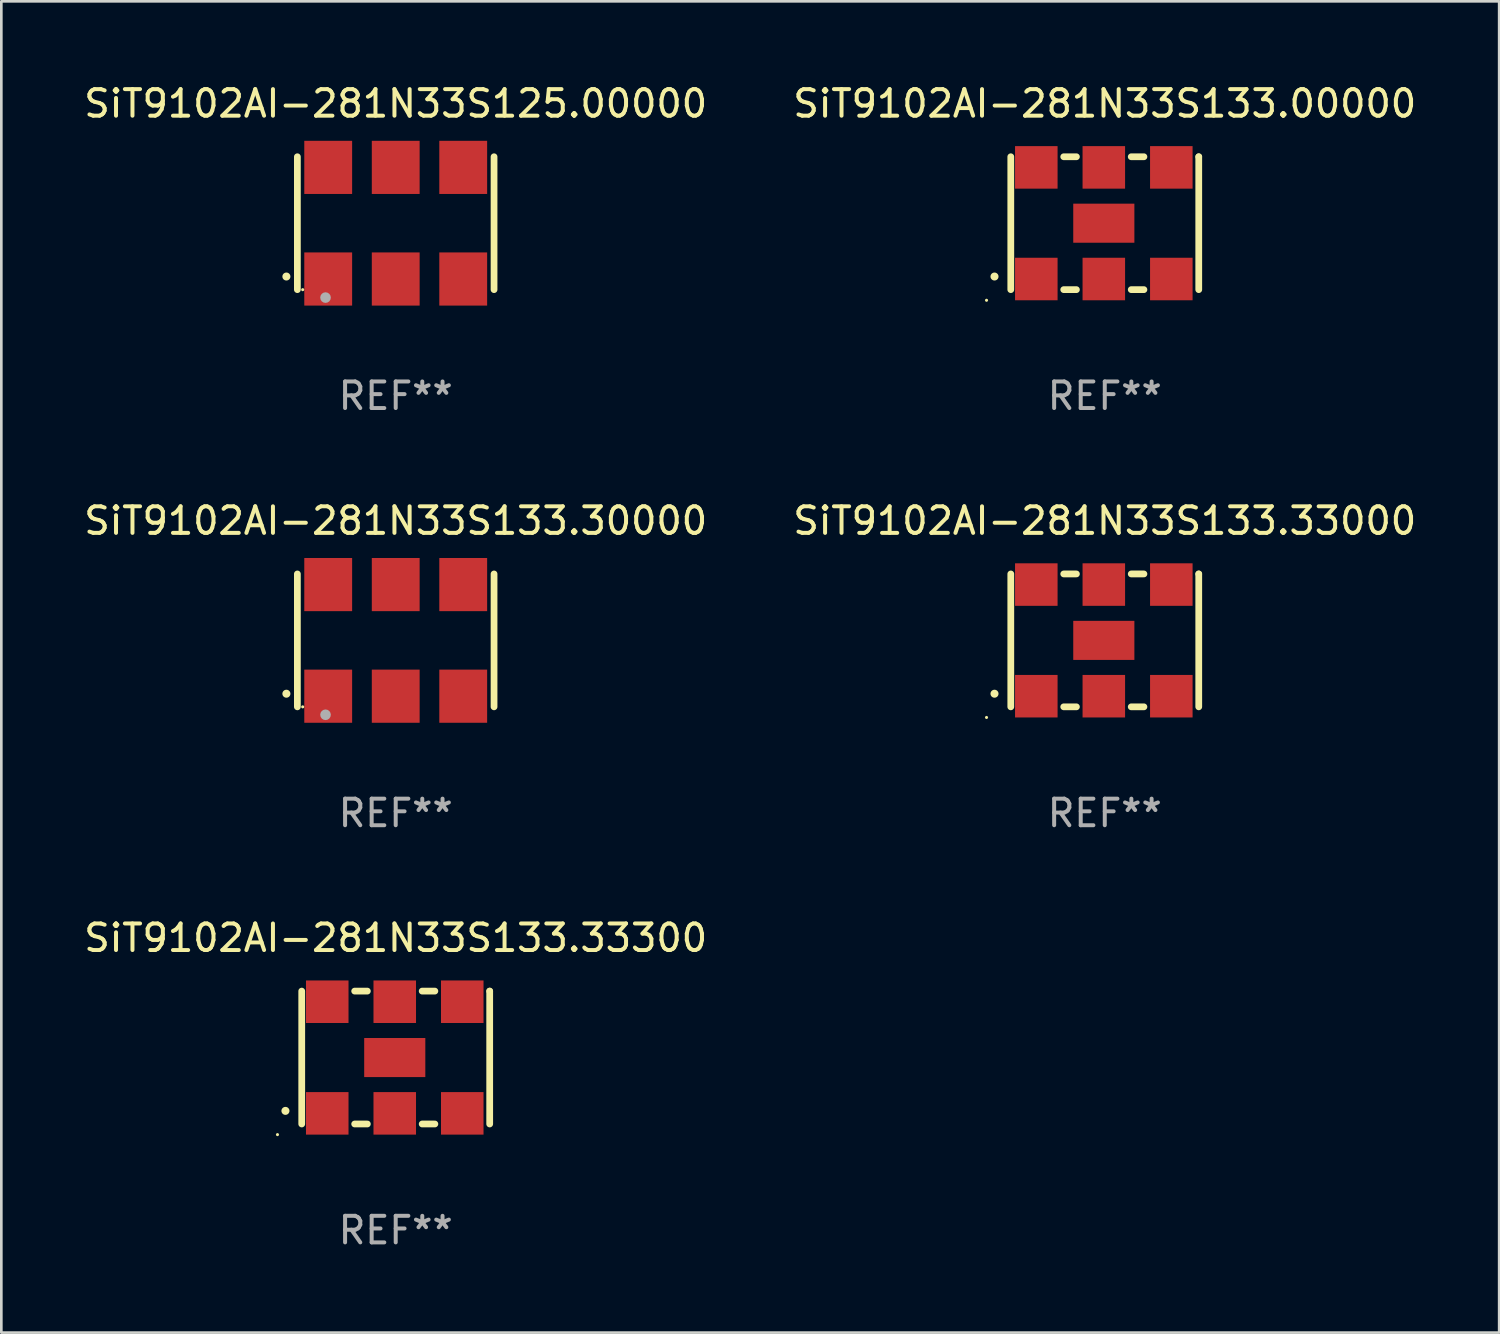
<source format=kicad_pcb>
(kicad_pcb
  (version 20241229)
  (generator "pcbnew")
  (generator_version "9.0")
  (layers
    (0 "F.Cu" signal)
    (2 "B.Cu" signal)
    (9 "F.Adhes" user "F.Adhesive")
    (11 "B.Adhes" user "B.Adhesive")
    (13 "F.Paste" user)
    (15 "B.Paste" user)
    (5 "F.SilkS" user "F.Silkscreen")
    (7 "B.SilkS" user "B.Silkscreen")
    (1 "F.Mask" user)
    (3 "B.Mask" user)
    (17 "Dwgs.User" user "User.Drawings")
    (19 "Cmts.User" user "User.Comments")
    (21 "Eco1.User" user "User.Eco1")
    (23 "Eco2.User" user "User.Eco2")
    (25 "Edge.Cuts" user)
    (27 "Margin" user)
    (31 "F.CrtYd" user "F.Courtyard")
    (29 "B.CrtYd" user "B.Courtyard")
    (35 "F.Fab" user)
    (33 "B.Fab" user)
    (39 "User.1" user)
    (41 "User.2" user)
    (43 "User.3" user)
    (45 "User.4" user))
  (footprint "SiT9102AI-281N33S133.33000"
    (layer "F.Cu")
    (at 38.518 21.045)
    (property "Reference" "SiT9102AI-281N33S133.33000" (at 0 -4.5 0) (layer "F.SilkS") (effects (font (size 1 1) (thickness 0.15))))
    (attr through_hole)
    (fp_line (start -3.536 -2.5) (end -3.536 2.5) (stroke (width 0.254) (type solid)) (layer "F.SilkS"))
    (fp_line (start -1.544 2.5) (end -1.067 2.5) (stroke (width 0.254) (type solid)) (layer "F.SilkS"))
    (fp_line (start -1.067 -2.5) (end -1.544 -2.5) (stroke (width 0.254) (type solid)) (layer "F.SilkS"))
    (fp_line (start 0.996 2.5) (end 1.473 2.5) (stroke (width 0.254) (type solid)) (layer "F.SilkS"))
    (fp_line (start 1.473 -2.5) (end 0.996 -2.5) (stroke (width 0.254) (type solid)) (layer "F.SilkS"))
    (fp_line (start 3.536 -2.5) (end 3.536 -2.5) (stroke (width 0.254) (type solid)) (layer "F.SilkS"))
    (fp_line (start 3.536 2.5) (end 3.536 -2.5) (stroke (width 0.254) (type solid)) (layer "F.SilkS"))
    (fp_arc (start -4.150432 2.006604) (mid -4.149162 2.006599) (end -4.147892 2.006604) (stroke (width 0.3) (type solid)) (layer "F.SilkS"))
    (fp_circle (center -4.449 2.9) (end -4.419 2.9) (stroke (width 0.06) (type solid)) (fill no) (layer "F.SilkS"))
    (fp_text user "REF**" (at 0 6.5 0) (layer "F.Fab") (effects (font (size 1 1) (thickness 0.15))))
    (pad "1" smd rect (at -2.576 2.1) (size 1.6 1.6) (layers "F.Cu" "F.Mask" "F.Paste"))
    (pad "2" smd rect (at -0.036 2.1) (size 1.6 1.6) (layers "F.Cu" "F.Mask" "F.Paste"))
    (pad "3" smd rect (at 2.504 2.1) (size 1.6 1.6) (layers "F.Cu" "F.Mask" "F.Paste"))
    (pad "4" smd rect (at 2.504 -2.1) (size 1.6 1.6) (layers "F.Cu" "F.Mask" "F.Paste"))
    (pad "5" smd rect (at -0.036 -2.1) (size 1.6 1.6) (layers "F.Cu" "F.Mask" "F.Paste"))
    (pad "6" smd rect (at -2.576 -2.1) (size 1.6 1.6) (layers "F.Cu" "F.Mask" "F.Paste"))
    (pad "7" smd rect (at -0.036 0) (size 2.3 1.47) (layers "F.Cu" "F.Mask" "F.Paste")))
  (footprint "SiT9102AI-281N33S125.00000"
    (layer "F.Cu")
    (at 11.839 5.348)
    (property "Reference" "SiT9102AI-281N33S125.00000" (at 0 -4.5 0) (layer "F.SilkS") (effects (font (size 1 1) (thickness 0.15))))
    (attr through_hole)
    (fp_line (start -3.7 -2.5) (end -3.7 2.5) (stroke (width 0.254) (type solid)) (layer "F.SilkS"))
    (fp_line (start 3.7 -2.5) (end 3.7 2.5) (stroke (width 0.254) (type solid)) (layer "F.SilkS"))
    (fp_arc (start -4.114415 2.006604) (mid -4.113145 2.006599) (end -4.111875 2.006604) (stroke (width 0.3) (type solid)) (layer "F.SilkS"))
    (fp_circle (center -3.5 2.501) (end -3.47 2.501) (stroke (width 0.06) (type solid)) (fill no) (layer "F.SilkS"))
    (fp_circle (center -2.641 2.799) (end -2.541 2.799) (stroke (width 0.2) (type solid)) (fill no) (layer "F.Fab"))
    (fp_text user "REF**" (at 0 6.5 0) (layer "F.Fab") (effects (font (size 1 1) (thickness 0.15))))
    (pad "1" smd rect (at -2.54 2.1) (size 1.8 2) (layers "F.Cu" "F.Mask" "F.Paste"))
    (pad "2" smd rect (at 0.000394 2.1) (size 1.8 2) (layers "F.Cu" "F.Mask" "F.Paste"))
    (pad "3" smd rect (at 2.54 2.1) (size 1.8 2) (layers "F.Cu" "F.Mask" "F.Paste"))
    (pad "4" smd rect (at 2.54 -2.1) (size 1.8 2) (layers "F.Cu" "F.Mask" "F.Paste"))
    (pad "5" smd rect (at 0.000394 -2.1) (size 1.8 2) (layers "F.Cu" "F.Mask" "F.Paste"))
    (pad "6" smd rect (at -2.54 -2.1) (size 1.8 2) (layers "F.Cu" "F.Mask" "F.Paste")))
  (footprint "SiT9102AI-281N33S133.33300"
    (layer "F.Cu")
    (at 11.839 36.741)
    (property "Reference" "SiT9102AI-281N33S133.33300" (at 0 -4.5 0) (layer "F.SilkS") (effects (font (size 1 1) (thickness 0.15))))
    (attr through_hole)
    (fp_line (start -3.536 -2.5) (end -3.536 2.5) (stroke (width 0.254) (type solid)) (layer "F.SilkS"))
    (fp_line (start -1.544 2.5) (end -1.067 2.5) (stroke (width 0.254) (type solid)) (layer "F.SilkS"))
    (fp_line (start -1.067 -2.5) (end -1.544 -2.5) (stroke (width 0.254) (type solid)) (layer "F.SilkS"))
    (fp_line (start 0.996 2.5) (end 1.473 2.5) (stroke (width 0.254) (type solid)) (layer "F.SilkS"))
    (fp_line (start 1.473 -2.5) (end 0.996 -2.5) (stroke (width 0.254) (type solid)) (layer "F.SilkS"))
    (fp_line (start 3.536 -2.5) (end 3.536 -2.5) (stroke (width 0.254) (type solid)) (layer "F.SilkS"))
    (fp_line (start 3.536 2.5) (end 3.536 -2.5) (stroke (width 0.254) (type solid)) (layer "F.SilkS"))
    (fp_arc (start -4.150432 2.006604) (mid -4.149162 2.006599) (end -4.147892 2.006604) (stroke (width 0.3) (type solid)) (layer "F.SilkS"))
    (fp_circle (center -4.449 2.9) (end -4.419 2.9) (stroke (width 0.06) (type solid)) (fill no) (layer "F.SilkS"))
    (fp_text user "REF**" (at 0 6.5 0) (layer "F.Fab") (effects (font (size 1 1) (thickness 0.15))))
    (pad "1" smd rect (at -2.576 2.1) (size 1.6 1.6) (layers "F.Cu" "F.Mask" "F.Paste"))
    (pad "2" smd rect (at -0.036 2.1) (size 1.6 1.6) (layers "F.Cu" "F.Mask" "F.Paste"))
    (pad "3" smd rect (at 2.504 2.1) (size 1.6 1.6) (layers "F.Cu" "F.Mask" "F.Paste"))
    (pad "4" smd rect (at 2.504 -2.1) (size 1.6 1.6) (layers "F.Cu" "F.Mask" "F.Paste"))
    (pad "5" smd rect (at -0.036 -2.1) (size 1.6 1.6) (layers "F.Cu" "F.Mask" "F.Paste"))
    (pad "6" smd rect (at -2.576 -2.1) (size 1.6 1.6) (layers "F.Cu" "F.Mask" "F.Paste"))
    (pad "7" smd rect (at -0.036 0) (size 2.3 1.47) (layers "F.Cu" "F.Mask" "F.Paste")))
  (footprint "SiT9102AI-281N33S133.00000"
    (layer "F.Cu")
    (at 38.518 5.348)
    (property "Reference" "SiT9102AI-281N33S133.00000" (at 0 -4.5 0) (layer "F.SilkS") (effects (font (size 1 1) (thickness 0.15))))
    (attr through_hole)
    (fp_line (start -3.536 -2.5) (end -3.536 2.5) (stroke (width 0.254) (type solid)) (layer "F.SilkS"))
    (fp_line (start -1.544 2.5) (end -1.067 2.5) (stroke (width 0.254) (type solid)) (layer "F.SilkS"))
    (fp_line (start -1.067 -2.5) (end -1.544 -2.5) (stroke (width 0.254) (type solid)) (layer "F.SilkS"))
    (fp_line (start 0.996 2.5) (end 1.473 2.5) (stroke (width 0.254) (type solid)) (layer "F.SilkS"))
    (fp_line (start 1.473 -2.5) (end 0.996 -2.5) (stroke (width 0.254) (type solid)) (layer "F.SilkS"))
    (fp_line (start 3.536 -2.5) (end 3.536 -2.5) (stroke (width 0.254) (type solid)) (layer "F.SilkS"))
    (fp_line (start 3.536 2.5) (end 3.536 -2.5) (stroke (width 0.254) (type solid)) (layer "F.SilkS"))
    (fp_arc (start -4.150432 2.006604) (mid -4.149162 2.006599) (end -4.147892 2.006604) (stroke (width 0.3) (type solid)) (layer "F.SilkS"))
    (fp_circle (center -4.449 2.9) (end -4.419 2.9) (stroke (width 0.06) (type solid)) (fill no) (layer "F.SilkS"))
    (fp_text user "REF**" (at 0 6.5 0) (layer "F.Fab") (effects (font (size 1 1) (thickness 0.15))))
    (pad "1" smd rect (at -2.576 2.1) (size 1.6 1.6) (layers "F.Cu" "F.Mask" "F.Paste"))
    (pad "2" smd rect (at -0.036 2.1) (size 1.6 1.6) (layers "F.Cu" "F.Mask" "F.Paste"))
    (pad "3" smd rect (at 2.504 2.1) (size 1.6 1.6) (layers "F.Cu" "F.Mask" "F.Paste"))
    (pad "4" smd rect (at 2.504 -2.1) (size 1.6 1.6) (layers "F.Cu" "F.Mask" "F.Paste"))
    (pad "5" smd rect (at -0.036 -2.1) (size 1.6 1.6) (layers "F.Cu" "F.Mask" "F.Paste"))
    (pad "6" smd rect (at -2.576 -2.1) (size 1.6 1.6) (layers "F.Cu" "F.Mask" "F.Paste"))
    (pad "7" smd rect (at -0.036 0) (size 2.3 1.47) (layers "F.Cu" "F.Mask" "F.Paste")))
  (footprint "SiT9102AI-281N33S133.30000"
    (layer "F.Cu")
    (at 11.839 21.045)
    (property "Reference" "SiT9102AI-281N33S133.30000" (at 0 -4.5 0) (layer "F.SilkS") (effects (font (size 1 1) (thickness 0.15))))
    (attr through_hole)
    (fp_line (start -3.7 -2.5) (end -3.7 2.5) (stroke (width 0.254) (type solid)) (layer "F.SilkS"))
    (fp_line (start 3.7 -2.5) (end 3.7 2.5) (stroke (width 0.254) (type solid)) (layer "F.SilkS"))
    (fp_arc (start -4.114415 2.006604) (mid -4.113145 2.006599) (end -4.111875 2.006604) (stroke (width 0.3) (type solid)) (layer "F.SilkS"))
    (fp_circle (center -3.5 2.501) (end -3.47 2.501) (stroke (width 0.06) (type solid)) (fill no) (layer "F.SilkS"))
    (fp_circle (center -2.641 2.799) (end -2.541 2.799) (stroke (width 0.2) (type solid)) (fill no) (layer "F.Fab"))
    (fp_text user "REF**" (at 0 6.5 0) (layer "F.Fab") (effects (font (size 1 1) (thickness 0.15))))
    (pad "1" smd rect (at -2.54 2.1) (size 1.8 2) (layers "F.Cu" "F.Mask" "F.Paste"))
    (pad "2" smd rect (at 0.000394 2.1) (size 1.8 2) (layers "F.Cu" "F.Mask" "F.Paste"))
    (pad "3" smd rect (at 2.54 2.1) (size 1.8 2) (layers "F.Cu" "F.Mask" "F.Paste"))
    (pad "4" smd rect (at 2.54 -2.1) (size 1.8 2) (layers "F.Cu" "F.Mask" "F.Paste"))
    (pad "5" smd rect (at 0.000394 -2.1) (size 1.8 2) (layers "F.Cu" "F.Mask" "F.Paste"))
    (pad "6" smd rect (at -2.54 -2.1) (size 1.8 2) (layers "F.Cu" "F.Mask" "F.Paste")))
  (gr_rect
    (start -3 -3)
    (end 53.357 47.09)
    (stroke (width 0.1) (type default))
    (fill no)
    (layer "Edge.Cuts")))
</source>
